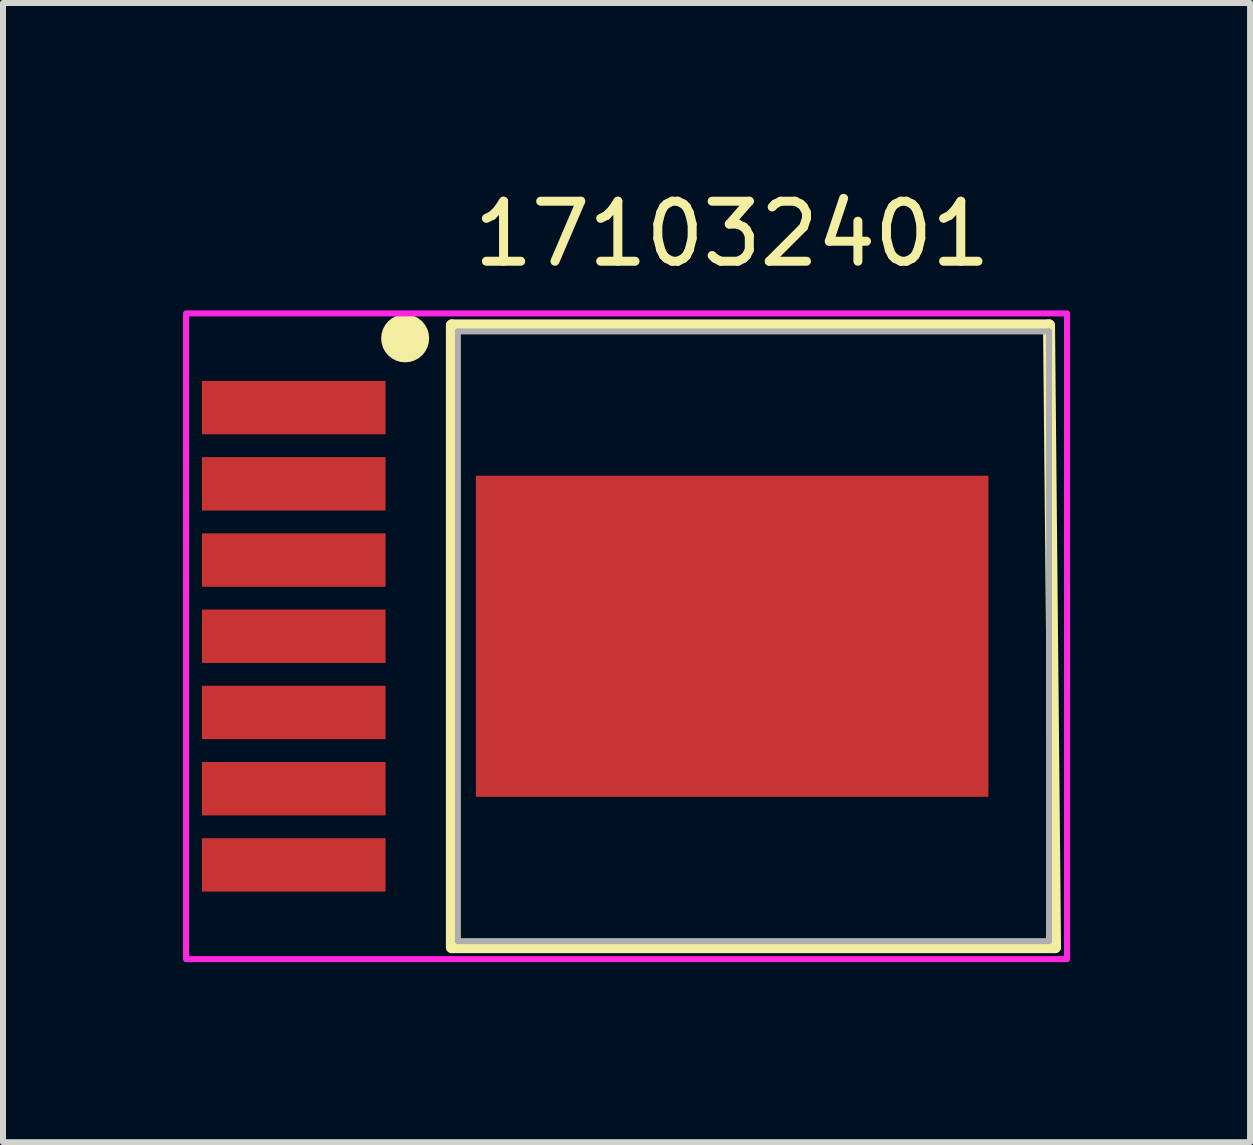
<source format=kicad_pcb>
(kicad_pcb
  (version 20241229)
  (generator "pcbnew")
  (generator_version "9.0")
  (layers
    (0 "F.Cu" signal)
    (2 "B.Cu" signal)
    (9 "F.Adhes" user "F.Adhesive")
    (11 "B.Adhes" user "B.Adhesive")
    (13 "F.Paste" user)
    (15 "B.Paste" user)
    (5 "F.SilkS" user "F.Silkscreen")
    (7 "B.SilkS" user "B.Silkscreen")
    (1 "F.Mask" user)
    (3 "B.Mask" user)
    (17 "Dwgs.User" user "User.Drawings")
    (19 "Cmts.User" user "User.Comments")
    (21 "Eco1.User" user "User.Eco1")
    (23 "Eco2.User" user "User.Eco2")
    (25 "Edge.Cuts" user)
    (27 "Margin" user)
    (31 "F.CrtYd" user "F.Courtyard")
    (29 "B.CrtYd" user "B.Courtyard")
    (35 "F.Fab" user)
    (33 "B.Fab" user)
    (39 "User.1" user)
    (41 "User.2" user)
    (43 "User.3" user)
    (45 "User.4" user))
  (footprint "171032401"
    (layer "F.Cu")
    (at 9.15 7.552)
    (property "Reference" "171032401" (at 0 -6.704 0) (layer "F.SilkS") (effects (font (size 1 1) (thickness 0.15))))
    (attr smd)
    (fp_line (start -4.67 -5.18) (end 5.28 -5.18) (stroke (width 0.2) (type solid)) (layer "F.SilkS"))
    (fp_line (start -4.67 5.18) (end -4.67 -5.18) (stroke (width 0.2) (type solid)) (layer "F.SilkS"))
    (fp_line (start 5.28 -5.18) (end 5.38 5.18) (stroke (width 0.2) (type solid)) (layer "F.SilkS"))
    (fp_line (start 5.38 5.18) (end -4.67 5.18) (stroke (width 0.2) (type solid)) (layer "F.SilkS"))
    (fp_circle (center -5.449 -4.964) (end -5.249 -4.964) (stroke (width 0.4) (type solid)) (fill no) (layer "F.SilkS"))
    (fp_poly (pts (xy 1.355 -2.675) (xy 1.355 -0.1) (xy -1.355 -0.1) (xy -1.355 -2.674)) (stroke (width 0.01) (type solid)) (fill yes) (layer "F.Paste"))
    (fp_poly (pts (xy 1.555 -2.675) (xy 4.265 -2.675) (xy 4.265 -0.1) (xy 1.555 -0.1) (xy 1.559 -2.676)) (stroke (width 0.01) (type solid)) (fill yes) (layer "F.Paste"))
    (fp_poly (pts (xy -1.355 0.1) (xy 1.355 0.1) (xy 1.355 2.675) (xy -1.355 2.675) (xy -1.355 0.101) (xy -1.345 0.101)) (stroke (width 0.01) (type solid)) (fill yes) (layer "F.Paste"))
    (fp_poly (pts (xy 1.555 0.1) (xy 4.265 0.1) (xy 4.265 2.675) (xy 1.555 2.675) (xy 1.555 0.099) (xy 1.559 0.099)) (stroke (width 0.01) (type solid)) (fill yes) (layer "F.Paste"))
    (fp_poly (pts (xy -4.265 -2.675) (xy -1.555 -2.675) (xy -1.555 -0.1) (xy -4.265 -0.1) (xy -4.266 -2.674) (xy -4.263 -2.674) (xy -4.263 -2.673)) (stroke (width 0.01) (type solid)) (fill yes) (layer "F.Paste"))
    (fp_poly (pts (xy -4.265 0.1) (xy -1.555 0.1) (xy -1.555 2.675) (xy -4.265 2.675) (xy -4.266 0.101) (xy -4.263 0.101) (xy -4.263 0.102)) (stroke (width 0.01) (type solid)) (fill yes) (layer "F.Paste"))
    (fp_poly (pts (xy -9.1 -5.38) (xy 5.58 -5.38) (xy 5.58 5.38) (xy -9.1 5.38)) (stroke (width 0.1) (type solid)) (fill no) (layer "F.CrtYd"))
    (fp_line (start -4.57 -5.08) (end -4.57 5.08) (stroke (width 0.1) (type solid)) (layer "F.Fab"))
    (fp_line (start -4.57 -5.08) (end 5.28 -5.08) (stroke (width 0.1) (type solid)) (layer "F.Fab"))
    (fp_line (start 5.28 -5.08) (end 5.28 5.08) (stroke (width 0.1) (type solid)) (layer "F.Fab"))
    (fp_line (start 5.28 5.08) (end -4.57 5.08) (stroke (width 0.1) (type solid)) (layer "F.Fab"))
    (pad "1" smd rect (at -7.305 -3.81) (size 3.06 0.89) (layers "F.Cu" "F.Mask" "F.Paste"))
    (pad "2" smd rect (at -7.305 -2.54) (size 3.06 0.89) (layers "F.Cu" "F.Mask" "F.Paste"))
    (pad "3" smd rect (at -7.305 -1.27) (size 3.06 0.89) (layers "F.Cu" "F.Mask" "F.Paste"))
    (pad "4" smd rect (at -7.305 0) (size 3.06 0.89) (layers "F.Cu" "F.Mask" "F.Paste"))
    (pad "5" smd rect (at -7.305 1.27) (size 3.06 0.89) (layers "F.Cu" "F.Mask" "F.Paste"))
    (pad "6" smd rect (at -7.305 2.54) (size 3.06 0.89) (layers "F.Cu" "F.Mask" "F.Paste"))
    (pad "7" smd rect (at -7.305 3.81) (size 3.06 0.89) (layers "F.Cu" "F.Mask" "F.Paste"))
    (pad "EP" smd rect (at 0 0) (size 8.54 5.35) (layers "F.Cu" "F.Mask")))
  (gr_rect
    (start -3 -3)
    (end 17.78 15.982)
    (stroke (width 0.1) (type default))
    (fill no)
    (layer "Edge.Cuts")))
</source>
